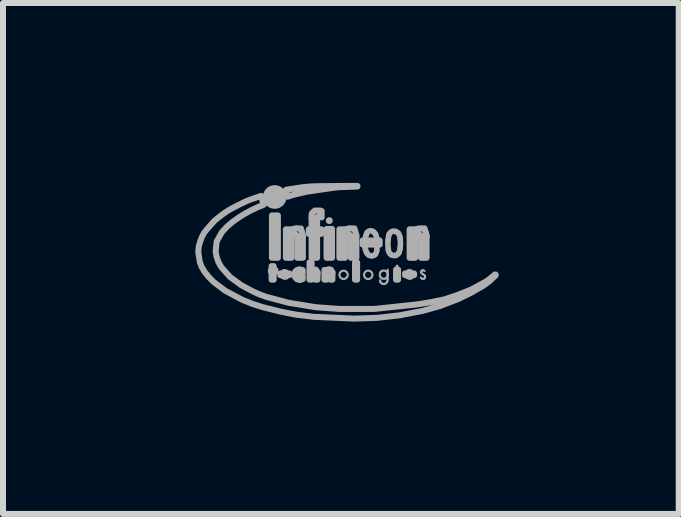
<source format=kicad_pcb>
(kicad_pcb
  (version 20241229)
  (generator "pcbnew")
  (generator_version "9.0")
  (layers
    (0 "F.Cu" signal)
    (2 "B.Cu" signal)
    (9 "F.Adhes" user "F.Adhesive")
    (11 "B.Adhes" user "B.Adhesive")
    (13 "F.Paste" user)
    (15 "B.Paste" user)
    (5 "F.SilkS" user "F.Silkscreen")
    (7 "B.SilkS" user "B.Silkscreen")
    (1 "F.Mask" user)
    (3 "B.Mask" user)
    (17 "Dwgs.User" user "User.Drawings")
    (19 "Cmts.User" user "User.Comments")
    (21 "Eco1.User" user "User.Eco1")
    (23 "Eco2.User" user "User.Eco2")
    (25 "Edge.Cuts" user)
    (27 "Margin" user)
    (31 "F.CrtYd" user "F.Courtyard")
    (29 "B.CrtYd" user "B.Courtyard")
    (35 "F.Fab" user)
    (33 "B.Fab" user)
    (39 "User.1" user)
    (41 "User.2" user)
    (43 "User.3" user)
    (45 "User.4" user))
  (footprint "footprint"
    (layer "F.Cu")
    (at 0.25 2.268)
    (property "Reference" "footprint" (at 1.27 -1.27 0) (layer "F.SilkS") (effects (font (size 0.001 0.001) (thickness 0.00008)) (justify left bottom)))
    (fp_line (start 1.506 -0.753) (end 1.506 -0.759) (stroke (width 0.035) (type solid)) (layer "F.Fab"))
    (fp_line (start 2.984 -1.292) (end 2.984 -1.315) (stroke (width 0.093) (type solid)) (layer "F.Fab"))
    (fp_line (start 3.586 -0.753) (end 3.586 -0.759) (stroke (width 0.035) (type solid)) (layer "F.Fab"))
    (fp_arc (start 1.384799 -0.759001) (mid 1.398102 -0.790491) (end 1.4253 -0.8112) (stroke (width 0.0346) (type solid)) (layer "F.Fab"))
    (fp_arc (start 1.3848 -0.73) (mid 1.38477 -0.7445) (end 1.3848 -0.759) (stroke (width 0.0346) (type solid)) (layer "F.Fab"))
    (fp_arc (start 1.407899 -0.6837) (mid 1.391656 -0.704509) (end 1.3848 -0.73) (stroke (width 0.0346) (type solid)) (layer "F.Fab"))
    (fp_arc (start 1.4253 -0.8112) (mid 1.452118 -0.814759) (end 1.4775 -0.8054) (stroke (width 0.0346) (type solid)) (layer "F.Fab"))
    (fp_arc (start 1.477499 -0.805401) (mid 1.496751 -0.785191) (end 1.5064 -0.759) (stroke (width 0.0346) (type solid)) (layer "F.Fab"))
    (fp_arc (start 1.4833 -0.6779) (mid 1.444696 -0.669049) (end 1.4079 -0.6837) (stroke (width 0.0346) (type solid)) (layer "F.Fab"))
    (fp_arc (start 1.5064 -0.7069) (mid 1.496317 -0.691232) (end 1.4833 -0.6779) (stroke (width 0.0346) (type solid)) (layer "F.Fab"))
    (fp_arc (start 2.7869 -1.3326) (mid 2.791908 -1.358876) (end 2.7985 -1.3848) (stroke (width 0.0926) (type solid)) (layer "F.Fab"))
    (fp_arc (start 2.7927 -1.1588) (mid 2.781453 -1.245421) (end 2.7869 -1.3326) (stroke (width 0.0926) (type solid)) (layer "F.Fab"))
    (fp_arc (start 2.7985 -1.3848) (mid 2.806268 -1.4083) (end 2.8159 -1.4311) (stroke (width 0.0926) (type solid)) (layer "F.Fab"))
    (fp_arc (start 2.815899 -1.431101) (mid 2.865176 -1.470101) (end 2.926 -1.4543) (stroke (width 0.0926) (type solid)) (layer "F.Fab"))
    (fp_arc (start 2.8159 -1.1009) (mid 2.802035 -1.128943) (end 2.7927 -1.1588) (stroke (width 0.0926) (type solid)) (layer "F.Fab"))
    (fp_arc (start 2.8391 -1.0719) (mid 2.826497 -1.085598) (end 2.8159 -1.1009) (stroke (width 0.0926) (type solid)) (layer "F.Fab"))
    (fp_arc (start 2.9086 -1.0545) (mid 2.871868 -1.055282) (end 2.8391 -1.0719) (stroke (width 0.0926) (type solid)) (layer "F.Fab"))
    (fp_arc (start 2.926 -1.4543) (mid 2.937956 -1.443104) (end 2.9491 -1.4311) (stroke (width 0.0926) (type solid)) (layer "F.Fab"))
    (fp_arc (start 2.9491 -1.4311) (mid 2.955442 -1.422762) (end 2.9607 -1.4137) (stroke (width 0.0926) (type solid)) (layer "F.Fab"))
    (fp_arc (start 2.9593 -1.080501) (mid 2.936501 -1.062526) (end 2.9086 -1.0545) (stroke (width 0.0926) (type solid)) (layer "F.Fab"))
    (fp_arc (start 2.9607 -1.4137) (mid 2.978027 -1.365799) (end 2.9839 -1.3152) (stroke (width 0.0926) (type solid)) (layer "F.Fab"))
    (fp_arc (start 2.9811 -1.1381) (mid 2.974312 -1.107744) (end 2.9593 -1.0805) (stroke (width 0.0926) (type solid)) (layer "F.Fab"))
    (fp_arc (start 2.9839 -1.1936) (mid 2.983489 -1.1658) (end 2.9811 -1.1381) (stroke (width 0.0926) (type solid)) (layer "F.Fab"))
    (fp_arc (start 3.041899 -0.701101) (mid 3.031742 -0.738751) (end 3.0419 -0.7764) (stroke (width 0.0346) (type solid)) (layer "F.Fab"))
    (fp_arc (start 3.0419 -0.7764) (mid 3.051948 -0.789495) (end 3.065 -0.7996) (stroke (width 0.0346) (type solid)) (layer "F.Fab"))
    (fp_arc (start 3.0424 -0.6177) (mid 3.037822 -0.631162) (end 3.0363 -0.6453) (stroke (width 0.0346) (type solid)) (layer "F.Fab"))
    (fp_arc (start 3.0592 -0.5968) (mid 3.049486 -0.606194) (end 3.0424 -0.6177) (stroke (width 0.0346) (type solid)) (layer "F.Fab"))
    (fp_arc (start 3.064999 -0.799599) (mid 3.096899 -0.808249) (end 3.1288 -0.7996) (stroke (width 0.0346) (type solid)) (layer "F.Fab"))
    (fp_arc (start 3.065 -0.6779) (mid 3.051948 -0.688005) (end 3.0419 -0.7011) (stroke (width 0.0346) (type solid)) (layer "F.Fab"))
    (fp_arc (start 3.09 -0.5834) (mid 3.073744 -0.588133) (end 3.0592 -0.5968) (stroke (width 0.0346) (type solid)) (layer "F.Fab"))
    (fp_arc (start 3.117199 -0.6721) (mid 3.090482 -0.669442) (end 3.065 -0.6779) (stroke (width 0.0346) (type solid)) (layer "F.Fab"))
    (fp_arc (start 3.1288 -0.7996) (mid 3.137629 -0.794067) (end 3.1461 -0.788) (stroke (width 0.0346) (type solid)) (layer "F.Fab"))
    (fp_arc (start 3.1288 -0.591) (mid 3.110105 -0.583602) (end 3.09 -0.5834) (stroke (width 0.0346) (type solid)) (layer "F.Fab"))
    (fp_arc (start 3.1461 -0.788) (mid 3.158825 -0.772612) (end 3.1635 -0.7532) (stroke (width 0.0346) (type solid)) (layer "F.Fab"))
    (fp_arc (start 3.1519 -0.7011) (mid 3.137396 -0.683195) (end 3.1172 -0.6721) (stroke (width 0.0346) (type solid)) (layer "F.Fab"))
    (fp_arc (start 3.1577 -0.6258) (mid 3.146507 -0.605695) (end 3.1288 -0.591) (stroke (width 0.0346) (type solid)) (layer "F.Fab"))
    (fp_arc (start 3.1635 -0.8227) (mid 3.163817 -0.77925) (end 3.1635 -0.7358) (stroke (width 0.0346) (type solid)) (layer "F.Fab"))
    (fp_arc (start 3.1635 -0.7532) (mid 3.163704 -0.70685) (end 3.1635 -0.6605) (stroke (width 0.0346) (type solid)) (layer "F.Fab"))
    (fp_arc (start 3.1635 -0.7358) (mid 3.159124 -0.717974) (end 3.1519 -0.7011) (stroke (width 0.0346) (type solid)) (layer "F.Fab"))
    (fp_arc (start 3.1635 -0.6605) (mid 3.161953 -0.642924) (end 3.1577 -0.6258) (stroke (width 0.0346) (type solid)) (layer "F.Fab"))
    (fp_arc (start 3.1693 -1.3152) (mid 3.175705 -1.361981) (end 3.1867 -1.4079) (stroke (width 0.0926) (type solid)) (layer "F.Fab"))
    (fp_arc (start 3.1751 -1.153) (mid 3.167222 -1.233922) (end 3.1693 -1.3152) (stroke (width 0.0926) (type solid)) (layer "F.Fab"))
    (fp_arc (start 3.186699 -1.4079) (mid 3.208243 -1.442215) (end 3.2446 -1.4601) (stroke (width 0.0926) (type solid)) (layer "F.Fab"))
    (fp_arc (start 3.221499 -1.0719) (mid 3.189863 -1.104352) (end 3.1751 -1.1472) (stroke (width 0.0926) (type solid)) (layer "F.Fab"))
    (fp_arc (start 3.2446 -1.4601) (mid 3.2678 -1.462226) (end 3.291 -1.4601) (stroke (width 0.0926) (type solid)) (layer "F.Fab"))
    (fp_arc (start 3.291 -1.4601) (mid 3.320637 -1.44807) (end 3.3431 -1.4253) (stroke (width 0.0926) (type solid)) (layer "F.Fab"))
    (fp_arc (start 3.2968 -1.0603) (mid 3.257896 -1.05796) (end 3.2215 -1.0719) (stroke (width 0.0926) (type solid)) (layer "F.Fab"))
    (fp_arc (start 3.343099 -1.4253) (mid 3.362312 -1.386435) (end 3.3721 -1.3442) (stroke (width 0.0926) (type solid)) (layer "F.Fab"))
    (fp_arc (start 3.354699 -1.1124) (mid 3.331847 -1.079574) (end 3.2968 -1.0603) (stroke (width 0.0926) (type solid)) (layer "F.Fab"))
    (fp_arc (start 3.3721 -1.3442) (mid 3.376656 -1.2631) (end 3.3721 -1.182) (stroke (width 0.0926) (type solid)) (layer "F.Fab"))
    (fp_arc (start 3.3721 -1.182) (mid 3.36571 -1.146623) (end 3.3547 -1.1124) (stroke (width 0.0926) (type solid)) (layer "F.Fab"))
    (fp_arc (start 3.464799 -0.759) (mid 3.478115 -0.79048) (end 3.5053 -0.8112) (stroke (width 0.0346) (type solid)) (layer "F.Fab"))
    (fp_arc (start 3.4648 -0.73) (mid 3.46477 -0.7445) (end 3.4648 -0.759) (stroke (width 0.0346) (type solid)) (layer "F.Fab"))
    (fp_arc (start 3.487899 -0.6837) (mid 3.471656 -0.704509) (end 3.4648 -0.73) (stroke (width 0.0346) (type solid)) (layer "F.Fab"))
    (fp_arc (start 3.5053 -0.8112) (mid 3.532118 -0.814759) (end 3.5575 -0.8054) (stroke (width 0.0346) (type solid)) (layer "F.Fab"))
    (fp_arc (start 3.557499 -0.805401) (mid 3.576751 -0.785191) (end 3.5864 -0.759) (stroke (width 0.0346) (type solid)) (layer "F.Fab"))
    (fp_arc (start 3.5633 -0.6779) (mid 3.524696 -0.669049) (end 3.4879 -0.6837) (stroke (width 0.0346) (type solid)) (layer "F.Fab"))
    (fp_arc (start 3.5864 -0.7069) (mid 3.576317 -0.691232) (end 3.5633 -0.6779) (stroke (width 0.0346) (type solid)) (layer "F.Fab"))
    (fp_arc (start 3.7197 -0.7822) (mid 3.723114 -0.794993) (end 3.731301 -0.8054) (stroke (width 0.0346) (type solid)) (layer "F.Fab"))
    (fp_arc (start 3.7313 -0.8054) (mid 3.742226 -0.810996) (end 3.7545 -0.811199) (stroke (width 0.0346) (type solid)) (layer "F.Fab"))
    (fp_arc (start 3.7313 -0.759) (mid 3.72242 -0.769059) (end 3.7197 -0.782199) (stroke (width 0.0346) (type solid)) (layer "F.Fab"))
    (fp_arc (start 3.7371 -0.6721) (mid 3.724939 -0.67999) (end 3.714 -0.6895) (stroke (width 0.0346) (type solid)) (layer "F.Fab"))
    (fp_arc (start 3.7545 -0.8112) (mid 3.766837 -0.806874) (end 3.7777 -0.7996) (stroke (width 0.0346) (type solid)) (layer "F.Fab"))
    (fp_arc (start 3.760299 -0.7416) (mid 3.773587 -0.731745) (end 3.7835 -0.7185) (stroke (width 0.0346) (type solid)) (layer "F.Fab"))
    (fp_arc (start 3.7603 -0.7416) (mid 3.745588 -0.749947) (end 3.7313 -0.759) (stroke (width 0.0346) (type solid)) (layer "F.Fab"))
    (fp_arc (start 3.777699 -0.677899) (mid 3.758371 -0.668199) (end 3.7371 -0.6721) (stroke (width 0.0346) (type solid)) (layer "F.Fab"))
    (fp_arc (start 3.783499 -0.718499) (mid 3.78732 -0.69724) (end 3.7777 -0.6779) (stroke (width 0.0346) (type solid)) (layer "F.Fab"))
    (fp_circle (center 1.28 -2.034) (end 1.379 -2.034) (stroke (width 0.197) (type solid)) (fill no) (layer "F.Fab"))
    (fp_circle (center 2.19 -1.64) (end 2.219 -1.64) (stroke (width 0.058) (type solid)) (fill no) (layer "F.Fab"))
    (fp_circle (center 2.428 -0.736) (end 2.497 -0.736) (stroke (width 0.035) (type solid)) (fill no) (layer "F.Fab"))
    (fp_circle (center 2.433 -0.736) (end 2.503 -0.736) (stroke (width 0.012) (type solid)) (fill no) (layer "F.Fab"))
    (fp_circle (center 2.839 -0.736) (end 2.909 -0.736) (stroke (width 0.035) (type solid)) (fill no) (layer "F.Fab"))
    (fp_circle (center 3.32 -0.881) (end 3.333 -0.881) (stroke (width 0.026) (type solid)) (fill no) (layer "F.Fab"))
    (fp_poly (pts (xy 1.217 -0.788) (xy 1.292 -0.788) (xy 1.292 -0.817) (xy 1.217 -0.817)) (stroke (width 0.1) (type solid)) (fill no) (layer "F.Fab"))
    (fp_poly (pts (xy 1.228 -0.655) (xy 1.263 -0.655) (xy 1.263 -0.881) (xy 1.228 -0.881)) (stroke (width 0.1) (type solid)) (fill no) (layer "F.Fab"))
    (fp_poly (pts (xy 1.234 -1.02) (xy 1.333 -1.02) (xy 1.333 -1.727) (xy 1.234 -1.727)) (stroke (width 0.1) (type solid)) (fill no) (layer "F.Fab"))
    (fp_poly (pts (xy 1.373 -0.73) (xy 1.524 -0.73) (xy 1.524 -0.759) (xy 1.373 -0.759)) (stroke (width 0.1) (type solid)) (fill no) (layer "F.Fab"))
    (fp_poly (pts (xy 1.466 -1.02) (xy 1.559 -1.02) (xy 1.559 -1.495) (xy 1.466 -1.495)) (stroke (width 0.1) (type solid)) (fill no) (layer "F.Fab"))
    (fp_poly (pts (xy 1.657 -1.02) (xy 1.75 -1.02) (xy 1.75 -1.379) (xy 1.657 -1.379)) (stroke (width 0.1) (type solid)) (fill no) (layer "F.Fab"))
    (fp_poly (pts (xy 1.848 -1.419) (xy 2.057 -1.419) (xy 2.057 -1.495) (xy 1.848 -1.495)) (stroke (width 0.1) (type solid)) (fill no) (layer "F.Fab"))
    (fp_poly (pts (xy 1.86 -0.655) (xy 1.895 -0.655) (xy 1.895 -0.944) (xy 1.86 -0.944)) (stroke (width 0.1) (type solid)) (fill no) (layer "F.Fab"))
    (fp_poly (pts (xy 1.895 -1.02) (xy 1.987 -1.02) (xy 1.987 -1.686) (xy 1.895 -1.686)) (stroke (width 0.1) (type solid)) (fill no) (layer "F.Fab"))
    (fp_poly (pts (xy 1.958 -0.655) (xy 1.993 -0.655) (xy 1.993 -0.776) (xy 1.958 -0.776)) (stroke (width 0.1) (type solid)) (fill no) (layer "F.Fab"))
    (fp_poly (pts (xy 2.109 -0.655) (xy 2.144 -0.655) (xy 2.144 -0.817) (xy 2.109 -0.817)) (stroke (width 0.1) (type solid)) (fill no) (layer "F.Fab"))
    (fp_poly (pts (xy 2.144 -1.02) (xy 2.236 -1.02) (xy 2.236 -1.501) (xy 2.144 -1.501)) (stroke (width 0.1) (type solid)) (fill no) (layer "F.Fab"))
    (fp_poly (pts (xy 2.208 -0.655) (xy 2.242 -0.655) (xy 2.242 -0.776) (xy 2.208 -0.776)) (stroke (width 0.1) (type solid)) (fill no) (layer "F.Fab"))
    (fp_poly (pts (xy 2.358 -1.02) (xy 2.451 -1.02) (xy 2.451 -1.495) (xy 2.358 -1.495)) (stroke (width 0.1) (type solid)) (fill no) (layer "F.Fab"))
    (fp_poly (pts (xy 2.549 -1.02) (xy 2.642 -1.02) (xy 2.642 -1.373) (xy 2.549 -1.373)) (stroke (width 0.1) (type solid)) (fill no) (layer "F.Fab"))
    (fp_poly (pts (xy 2.619 -0.655) (xy 2.654 -0.655) (xy 2.654 -0.944) (xy 2.619 -0.944)) (stroke (width 0.1) (type solid)) (fill no) (layer "F.Fab"))
    (fp_poly (pts (xy 2.746 -1.24) (xy 3.03 -1.24) (xy 3.03 -1.309) (xy 2.746 -1.309)) (stroke (width 0.1) (type solid)) (fill no) (layer "F.Fab"))
    (fp_poly (pts (xy 3.303 -0.655) (xy 3.337 -0.655) (xy 3.337 -0.823) (xy 3.303 -0.823)) (stroke (width 0.1) (type solid)) (fill no) (layer "F.Fab"))
    (fp_poly (pts (xy 3.453 -0.73) (xy 3.604 -0.73) (xy 3.604 -0.759) (xy 3.453 -0.759)) (stroke (width 0.1) (type solid)) (fill no) (layer "F.Fab"))
    (fp_poly (pts (xy 3.529 -1.02) (xy 3.621 -1.02) (xy 3.621 -1.495) (xy 3.529 -1.495)) (stroke (width 0.1) (type solid)) (fill no) (layer "F.Fab"))
    (fp_poly (pts (xy 3.72 -1.02) (xy 3.812 -1.02) (xy 3.812 -1.379) (xy 3.72 -1.379)) (stroke (width 0.1) (type solid)) (fill no) (layer "F.Fab"))
    (fp_poly (pts (xy 1.991 -0.782) (xy 1.993 -0.782) (xy 1.993 -0.752) (xy 1.961 -0.76) (xy 1.934 -0.792) (xy 1.899 -0.772) (xy 1.886 -0.733) (xy 1.881 -0.771) (xy 1.883 -0.784) (xy 1.888 -0.797) (xy 1.897 -0.811) (xy 1.967 -0.823)) (stroke (width 0.1) (type solid)) (fill no) (layer "F.Fab"))
    (fp_poly (pts (xy 2.063 -1.8) (xy 2.063 -1.694) (xy 2.041 -1.705) (xy 2.027 -1.709) (xy 2.006 -1.709) (xy 1.993 -1.701) (xy 1.987 -1.685) (xy 1.987 -1.675) (xy 1.895 -1.675) (xy 1.895 -1.721) (xy 1.895 -1.742) (xy 1.901 -1.765) (xy 1.95 -1.808) (xy 2.04 -1.808)) (stroke (width 0.1) (type solid)) (fill no) (layer "F.Fab"))
    (fp_poly (pts (xy 2.214 -0.823) (xy 2.213 -0.817) (xy 2.218 -0.82) (xy 2.24 -0.782) (xy 2.242 -0.782) (xy 2.242 -0.752) (xy 2.21 -0.76) (xy 2.183 -0.792) (xy 2.149 -0.772) (xy 2.135 -0.733) (xy 2.131 -0.771) (xy 2.132 -0.784) (xy 2.137 -0.797) (xy 2.145 -0.81) (xy 2.178 -0.829)) (stroke (width 0.1) (type solid)) (fill no) (layer "F.Fab"))
    (fp_poly (pts (xy 2.659 -2.208) (xy 2.353 -2.197) (xy 2.277 -2.189) (xy 2.202 -2.179) (xy 1.809 -2.121) (xy 1.589 -2.069) (xy 1.497 -2.039) (xy 1.467 -2.148) (xy 1.472 -2.15) (xy 1.471 -2.155) (xy 1.732 -2.195) (xy 1.845 -2.207) (xy 1.958 -2.213) (xy 2.457 -2.218) (xy 2.659 -2.218)) (stroke (width 0.1) (type solid)) (fill no) (layer "F.Fab"))
    (fp_poly (pts (xy 3.778 -1.487) (xy 3.778 -1.511) (xy 3.81 -1.407) (xy 3.812 -1.407) (xy 3.812 -1.368) (xy 3.722 -1.362) (xy 3.71 -1.394) (xy 3.689 -1.414) (xy 3.642 -1.414) (xy 3.62 -1.376) (xy 3.611 -1.367) (xy 3.602 -1.371) (xy 3.599 -1.378) (xy 3.603 -1.422) (xy 3.617 -1.463) (xy 3.637 -1.489) (xy 3.662 -1.504) (xy 3.662 -1.505) (xy 3.738 -1.512)) (stroke (width 0.1) (type solid)) (fill no) (layer "F.Fab"))
    (fp_poly (pts (xy 1.676 -1.511) (xy 1.716 -1.487) (xy 1.716 -1.511) (xy 1.748 -1.407) (xy 1.749 -1.407) (xy 1.749 -1.368) (xy 1.659 -1.362) (xy 1.647 -1.394) (xy 1.626 -1.414) (xy 1.579 -1.414) (xy 1.557 -1.376) (xy 1.548 -1.367) (xy 1.539 -1.371) (xy 1.536 -1.378) (xy 1.54 -1.422) (xy 1.554 -1.463) (xy 1.574 -1.489) (xy 1.599 -1.503) (xy 1.599 -1.505) (xy 1.639 -1.513)) (stroke (width 0.1) (type solid)) (fill no) (layer "F.Fab"))
    (fp_poly (pts (xy 2.568 -1.511) (xy 2.608 -1.487) (xy 2.608 -1.511) (xy 2.64 -1.407) (xy 2.641 -1.407) (xy 2.641 -1.368) (xy 2.552 -1.362) (xy 2.539 -1.394) (xy 2.518 -1.414) (xy 2.471 -1.414) (xy 2.449 -1.376) (xy 2.44 -1.367) (xy 2.431 -1.371) (xy 2.428 -1.378) (xy 2.433 -1.422) (xy 2.446 -1.463) (xy 2.466 -1.489) (xy 2.492 -1.503) (xy 2.492 -1.505) (xy 2.531 -1.513)) (stroke (width 0.1) (type solid)) (fill no) (layer "F.Fab"))
    (fp_poly (pts (xy 1.736 -0.819) (xy 1.735 -0.819) (xy 1.747 -0.813) (xy 1.747 -0.765) (xy 1.709 -0.791) (xy 1.67 -0.785) (xy 1.648 -0.758) (xy 1.647 -0.745) (xy 1.648 -0.731) (xy 1.656 -0.712) (xy 1.67 -0.698) (xy 1.737 -0.704) (xy 1.747 -0.714) (xy 1.747 -0.664) (xy 1.698 -0.649) (xy 1.65 -0.664) (xy 1.649 -0.664) (xy 1.619 -0.697) (xy 1.608 -0.741) (xy 1.608 -0.742) (xy 1.615 -0.778) (xy 1.638 -0.808) (xy 1.684 -0.828)) (stroke (width 0.1) (type solid)) (fill no) (layer "F.Fab"))
    (fp_poly (pts (xy 1.095 -1.903) (xy 1.004 -1.867) (xy 0.899 -1.818) (xy 0.796 -1.763) (xy 0.684 -1.694) (xy 0.577 -1.618) (xy 0.482 -1.537) (xy 0.398 -1.445) (xy 0.312 -1.291) (xy 0.295 -1.124) (xy 0.312 -1.033) (xy 0.344 -0.943) (xy 0.392 -0.861) (xy 0.536 -0.699) (xy 0.727 -0.561) (xy 0.923 -0.456) (xy 1.029 -0.409) (xy 1.137 -0.37) (xy 1.507 -0.271) (xy 1.965 -0.196) (xy 2.364 -0.167) (xy 2.937 -0.167) (xy 3.655 -0.243) (xy 3.898 -0.283) (xy 4.107 -0.326) (xy 4.309 -0.393) (xy 4.558 -0.491) (xy 4.812 -0.63) (xy 4.882 -0.683) (xy 4.952 -0.741) (xy 4.963 -0.741) (xy 4.966 -0.733) (xy 4.964 -0.727) (xy 4.865 -0.632) (xy 4.754 -0.552) (xy 4.549 -0.434) (xy 4.336 -0.331) (xy 4.045 -0.219) (xy 3.744 -0.134) (xy 3.369 -0.062) (xy 2.989 -0.019) (xy 2.607 -0.006) (xy 1.929 -0.036) (xy 1.651 -0.07) (xy 1.514 -0.095) (xy 1.378 -0.123) (xy 1.076 -0.198) (xy 0.906 -0.253) (xy 0.739 -0.32) (xy 0.455 -0.471) (xy 0.263 -0.616) (xy 0.183 -0.697) (xy 0.112 -0.785) (xy 0.063 -0.866) (xy 0.03 -0.955) (xy 0.006 -1.118) (xy 0.013 -1.204) (xy 0.036 -1.288) (xy 0.05 -1.326) (xy 0.065 -1.364) (xy 0.1 -1.432) (xy 0.147 -1.492) (xy 0.191 -1.541) (xy 0.234 -1.591) (xy 0.267 -1.628) (xy 0.304 -1.661) (xy 0.367 -1.711) (xy 0.432 -1.76) (xy 0.506 -1.809) (xy 0.583 -1.853) (xy 0.681 -1.903) (xy 0.78 -1.951) (xy 0.829 -1.973) (xy 0.879 -1.992) (xy 1.052 -2.052)) (stroke (width 0.1) (type solid)) (fill no) (layer "F.Fab")))
  (gr_rect
    (start -3 -3)
    (end 8.266 5.518)
    (stroke (width 0.1) (type default))
    (fill no)
    (layer "Edge.Cuts")))
</source>
